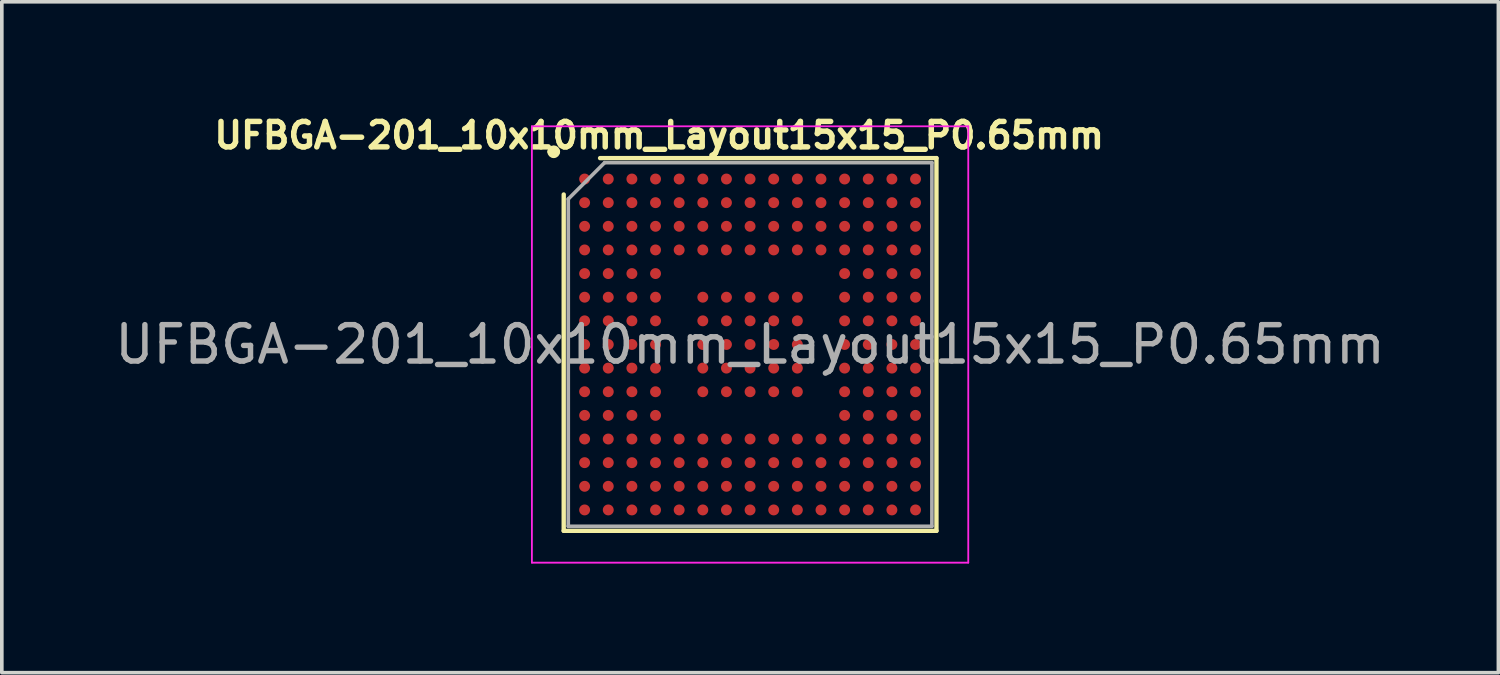
<source format=kicad_pcb>
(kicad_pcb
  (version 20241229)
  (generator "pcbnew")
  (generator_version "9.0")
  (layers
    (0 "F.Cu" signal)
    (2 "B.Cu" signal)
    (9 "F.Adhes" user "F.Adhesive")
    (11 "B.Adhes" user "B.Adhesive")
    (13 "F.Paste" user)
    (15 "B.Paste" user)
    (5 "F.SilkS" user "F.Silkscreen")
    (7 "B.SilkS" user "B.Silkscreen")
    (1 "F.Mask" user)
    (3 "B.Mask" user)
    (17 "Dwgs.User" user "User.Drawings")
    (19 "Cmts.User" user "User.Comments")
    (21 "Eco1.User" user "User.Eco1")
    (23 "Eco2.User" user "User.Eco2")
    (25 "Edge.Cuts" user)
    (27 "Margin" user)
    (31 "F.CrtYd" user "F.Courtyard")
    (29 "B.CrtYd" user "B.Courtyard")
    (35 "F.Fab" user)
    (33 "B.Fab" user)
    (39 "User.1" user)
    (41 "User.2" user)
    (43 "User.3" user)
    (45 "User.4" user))
  (footprint "UFBGA-201_10x10mm_Layout15x15_P0.65mm"
    (layer "F.Cu")
    (at 17.577 6.423)
    (property "Reference" "UFBGA-201_10x10mm_Layout15x15_P0.65mm" (at -2.5 -5.75 0) (layer "F.SilkS") (effects (font (size 0.7 0.7) (thickness 0.15))))
    (attr smd)
    (fp_line (start -5.5 -5.3) (end -5.3 -5.3) (stroke (width 0.15) (type solid)) (layer "F.SilkS"))
    (fp_line (start -5.125 5.125) (end -5.125 -4.125) (stroke (width 0.12) (type solid)) (layer "F.SilkS"))
    (fp_line (start -4.125 -5.125) (end 5.125 -5.125) (stroke (width 0.12) (type solid)) (layer "F.SilkS"))
    (fp_line (start 5.125 -5.125) (end 5.125 5.125) (stroke (width 0.12) (type solid)) (layer "F.SilkS"))
    (fp_line (start 5.125 5.125) (end -5.125 5.125) (stroke (width 0.12) (type solid)) (layer "F.SilkS"))
    (fp_circle (center -5.4 -5.3) (end -5.4 -5.4) (stroke (width 0.15) (type solid)) (fill no) (layer "F.SilkS"))
    (fp_line (start -6 -6) (end -6 6) (stroke (width 0.05) (type solid)) (layer "F.CrtYd"))
    (fp_line (start -6 6) (end 6 6) (stroke (width 0.05) (type solid)) (layer "F.CrtYd"))
    (fp_line (start 6 -6) (end -6 -6) (stroke (width 0.05) (type solid)) (layer "F.CrtYd"))
    (fp_line (start 6 6) (end 6 -6) (stroke (width 0.05) (type solid)) (layer "F.CrtYd"))
    (fp_line (start -5 -4) (end -4 -5) (stroke (width 0.1) (type solid)) (layer "F.Fab"))
    (fp_line (start -5 5) (end -5 -4) (stroke (width 0.1) (type solid)) (layer "F.Fab"))
    (fp_line (start -4 -5) (end 5 -5) (stroke (width 0.1) (type solid)) (layer "F.Fab"))
    (fp_line (start 5 -5) (end 5 5) (stroke (width 0.1) (type solid)) (layer "F.Fab"))
    (fp_line (start 5 5) (end -5 5) (stroke (width 0.1) (type solid)) (layer "F.Fab"))
    (fp_text user "${REFERENCE}" (at 0 0 0) (layer "F.Fab") (effects (font (size 1 1) (thickness 0.15))))
    (pad "A1" smd circle (at -4.55 -4.55) (size 0.3 0.3) (layers "F.Cu" "F.Mask" "F.Paste"))
    (pad "A2" smd circle (at -3.9 -4.55) (size 0.3 0.3) (layers "F.Cu" "F.Mask" "F.Paste"))
    (pad "A3" smd circle (at -3.25 -4.55) (size 0.3 0.3) (layers "F.Cu" "F.Mask" "F.Paste"))
    (pad "A4" smd circle (at -2.6 -4.55) (size 0.3 0.3) (layers "F.Cu" "F.Mask" "F.Paste"))
    (pad "A5" smd circle (at -1.95 -4.55) (size 0.3 0.3) (layers "F.Cu" "F.Mask" "F.Paste"))
    (pad "A6" smd circle (at -1.3 -4.55) (size 0.3 0.3) (layers "F.Cu" "F.Mask" "F.Paste"))
    (pad "A7" smd circle (at -0.65 -4.55) (size 0.3 0.3) (layers "F.Cu" "F.Mask" "F.Paste"))
    (pad "A8" smd circle (at 0 -4.55) (size 0.3 0.3) (layers "F.Cu" "F.Mask" "F.Paste"))
    (pad "A9" smd circle (at 0.65 -4.55) (size 0.3 0.3) (layers "F.Cu" "F.Mask" "F.Paste"))
    (pad "A10" smd circle (at 1.3 -4.55) (size 0.3 0.3) (layers "F.Cu" "F.Mask" "F.Paste"))
    (pad "A11" smd circle (at 1.95 -4.55) (size 0.3 0.3) (layers "F.Cu" "F.Mask" "F.Paste"))
    (pad "A12" smd circle (at 2.6 -4.55) (size 0.3 0.3) (layers "F.Cu" "F.Mask" "F.Paste"))
    (pad "A13" smd circle (at 3.25 -4.55) (size 0.3 0.3) (layers "F.Cu" "F.Mask" "F.Paste"))
    (pad "A14" smd circle (at 3.9 -4.55) (size 0.3 0.3) (layers "F.Cu" "F.Mask" "F.Paste"))
    (pad "A15" smd circle (at 4.55 -4.55) (size 0.3 0.3) (layers "F.Cu" "F.Mask" "F.Paste"))
    (pad "B1" smd circle (at -4.55 -3.9) (size 0.3 0.3) (layers "F.Cu" "F.Mask" "F.Paste"))
    (pad "B2" smd circle (at -3.9 -3.9) (size 0.3 0.3) (layers "F.Cu" "F.Mask" "F.Paste"))
    (pad "B3" smd circle (at -3.25 -3.9) (size 0.3 0.3) (layers "F.Cu" "F.Mask" "F.Paste"))
    (pad "B4" smd circle (at -2.6 -3.9) (size 0.3 0.3) (layers "F.Cu" "F.Mask" "F.Paste"))
    (pad "B5" smd circle (at -1.95 -3.9) (size 0.3 0.3) (layers "F.Cu" "F.Mask" "F.Paste"))
    (pad "B6" smd circle (at -1.3 -3.9) (size 0.3 0.3) (layers "F.Cu" "F.Mask" "F.Paste"))
    (pad "B7" smd circle (at -0.65 -3.9) (size 0.3 0.3) (layers "F.Cu" "F.Mask" "F.Paste"))
    (pad "B8" smd circle (at 0 -3.9) (size 0.3 0.3) (layers "F.Cu" "F.Mask" "F.Paste"))
    (pad "B9" smd circle (at 0.65 -3.9) (size 0.3 0.3) (layers "F.Cu" "F.Mask" "F.Paste"))
    (pad "B10" smd circle (at 1.3 -3.9) (size 0.3 0.3) (layers "F.Cu" "F.Mask" "F.Paste"))
    (pad "B11" smd circle (at 1.95 -3.9) (size 0.3 0.3) (layers "F.Cu" "F.Mask" "F.Paste"))
    (pad "B12" smd circle (at 2.6 -3.9) (size 0.3 0.3) (layers "F.Cu" "F.Mask" "F.Paste"))
    (pad "B13" smd circle (at 3.25 -3.9) (size 0.3 0.3) (layers "F.Cu" "F.Mask" "F.Paste"))
    (pad "B14" smd circle (at 3.9 -3.9) (size 0.3 0.3) (layers "F.Cu" "F.Mask" "F.Paste"))
    (pad "B15" smd circle (at 4.55 -3.9) (size 0.3 0.3) (layers "F.Cu" "F.Mask" "F.Paste"))
    (pad "C1" smd circle (at -4.55 -3.25) (size 0.3 0.3) (layers "F.Cu" "F.Mask" "F.Paste"))
    (pad "C2" smd circle (at -3.9 -3.25) (size 0.3 0.3) (layers "F.Cu" "F.Mask" "F.Paste"))
    (pad "C3" smd circle (at -3.25 -3.25) (size 0.3 0.3) (layers "F.Cu" "F.Mask" "F.Paste"))
    (pad "C4" smd circle (at -2.6 -3.25) (size 0.3 0.3) (layers "F.Cu" "F.Mask" "F.Paste"))
    (pad "C5" smd circle (at -1.95 -3.25) (size 0.3 0.3) (layers "F.Cu" "F.Mask" "F.Paste"))
    (pad "C6" smd circle (at -1.3 -3.25) (size 0.3 0.3) (layers "F.Cu" "F.Mask" "F.Paste"))
    (pad "C7" smd circle (at -0.65 -3.25) (size 0.3 0.3) (layers "F.Cu" "F.Mask" "F.Paste"))
    (pad "C8" smd circle (at 0 -3.25) (size 0.3 0.3) (layers "F.Cu" "F.Mask" "F.Paste"))
    (pad "C9" smd circle (at 0.65 -3.25) (size 0.3 0.3) (layers "F.Cu" "F.Mask" "F.Paste"))
    (pad "C10" smd circle (at 1.3 -3.25) (size 0.3 0.3) (layers "F.Cu" "F.Mask" "F.Paste"))
    (pad "C11" smd circle (at 1.95 -3.25) (size 0.3 0.3) (layers "F.Cu" "F.Mask" "F.Paste"))
    (pad "C12" smd circle (at 2.6 -3.25) (size 0.3 0.3) (layers "F.Cu" "F.Mask" "F.Paste"))
    (pad "C13" smd circle (at 3.25 -3.25) (size 0.3 0.3) (layers "F.Cu" "F.Mask" "F.Paste"))
    (pad "C14" smd circle (at 3.9 -3.25) (size 0.3 0.3) (layers "F.Cu" "F.Mask" "F.Paste"))
    (pad "C15" smd circle (at 4.55 -3.25) (size 0.3 0.3) (layers "F.Cu" "F.Mask" "F.Paste"))
    (pad "D1" smd circle (at -4.55 -2.6) (size 0.3 0.3) (layers "F.Cu" "F.Mask" "F.Paste"))
    (pad "D2" smd circle (at -3.9 -2.6) (size 0.3 0.3) (layers "F.Cu" "F.Mask" "F.Paste"))
    (pad "D3" smd circle (at -3.25 -2.6) (size 0.3 0.3) (layers "F.Cu" "F.Mask" "F.Paste"))
    (pad "D4" smd circle (at -2.6 -2.6) (size 0.3 0.3) (layers "F.Cu" "F.Mask" "F.Paste"))
    (pad "D5" smd circle (at -1.95 -2.6) (size 0.3 0.3) (layers "F.Cu" "F.Mask" "F.Paste"))
    (pad "D6" smd circle (at -1.3 -2.6) (size 0.3 0.3) (layers "F.Cu" "F.Mask" "F.Paste"))
    (pad "D7" smd circle (at -0.65 -2.6) (size 0.3 0.3) (layers "F.Cu" "F.Mask" "F.Paste"))
    (pad "D8" smd circle (at 0 -2.6) (size 0.3 0.3) (layers "F.Cu" "F.Mask" "F.Paste"))
    (pad "D9" smd circle (at 0.65 -2.6) (size 0.3 0.3) (layers "F.Cu" "F.Mask" "F.Paste"))
    (pad "D10" smd circle (at 1.3 -2.6) (size 0.3 0.3) (layers "F.Cu" "F.Mask" "F.Paste"))
    (pad "D11" smd circle (at 1.95 -2.6) (size 0.3 0.3) (layers "F.Cu" "F.Mask" "F.Paste"))
    (pad "D12" smd circle (at 2.6 -2.6) (size 0.3 0.3) (layers "F.Cu" "F.Mask" "F.Paste"))
    (pad "D13" smd circle (at 3.25 -2.6) (size 0.3 0.3) (layers "F.Cu" "F.Mask" "F.Paste"))
    (pad "D14" smd circle (at 3.9 -2.6) (size 0.3 0.3) (layers "F.Cu" "F.Mask" "F.Paste"))
    (pad "D15" smd circle (at 4.55 -2.6) (size 0.3 0.3) (layers "F.Cu" "F.Mask" "F.Paste"))
    (pad "E1" smd circle (at -4.55 -1.95) (size 0.3 0.3) (layers "F.Cu" "F.Mask" "F.Paste"))
    (pad "E2" smd circle (at -3.9 -1.95) (size 0.3 0.3) (layers "F.Cu" "F.Mask" "F.Paste"))
    (pad "E3" smd circle (at -3.25 -1.95) (size 0.3 0.3) (layers "F.Cu" "F.Mask" "F.Paste"))
    (pad "E4" smd circle (at -2.6 -1.95) (size 0.3 0.3) (layers "F.Cu" "F.Mask" "F.Paste"))
    (pad "E12" smd circle (at 2.6 -1.95) (size 0.3 0.3) (layers "F.Cu" "F.Mask" "F.Paste"))
    (pad "E13" smd circle (at 3.25 -1.95) (size 0.3 0.3) (layers "F.Cu" "F.Mask" "F.Paste"))
    (pad "E14" smd circle (at 3.9 -1.95) (size 0.3 0.3) (layers "F.Cu" "F.Mask" "F.Paste"))
    (pad "E15" smd circle (at 4.55 -1.95) (size 0.3 0.3) (layers "F.Cu" "F.Mask" "F.Paste"))
    (pad "F1" smd circle (at -4.55 -1.3) (size 0.3 0.3) (layers "F.Cu" "F.Mask" "F.Paste"))
    (pad "F2" smd circle (at -3.9 -1.3) (size 0.3 0.3) (layers "F.Cu" "F.Mask" "F.Paste"))
    (pad "F3" smd circle (at -3.25 -1.3) (size 0.3 0.3) (layers "F.Cu" "F.Mask" "F.Paste"))
    (pad "F4" smd circle (at -2.6 -1.3) (size 0.3 0.3) (layers "F.Cu" "F.Mask" "F.Paste"))
    (pad "F6" smd circle (at -1.3 -1.3) (size 0.3 0.3) (layers "F.Cu" "F.Mask" "F.Paste"))
    (pad "F7" smd circle (at -0.65 -1.3) (size 0.3 0.3) (layers "F.Cu" "F.Mask" "F.Paste"))
    (pad "F8" smd circle (at 0 -1.3) (size 0.3 0.3) (layers "F.Cu" "F.Mask" "F.Paste"))
    (pad "F9" smd circle (at 0.65 -1.3) (size 0.3 0.3) (layers "F.Cu" "F.Mask" "F.Paste"))
    (pad "F10" smd circle (at 1.3 -1.3) (size 0.3 0.3) (layers "F.Cu" "F.Mask" "F.Paste"))
    (pad "F12" smd circle (at 2.6 -1.3) (size 0.3 0.3) (layers "F.Cu" "F.Mask" "F.Paste"))
    (pad "F13" smd circle (at 3.25 -1.3) (size 0.3 0.3) (layers "F.Cu" "F.Mask" "F.Paste"))
    (pad "F14" smd circle (at 3.9 -1.3) (size 0.3 0.3) (layers "F.Cu" "F.Mask" "F.Paste"))
    (pad "F15" smd circle (at 4.55 -1.3) (size 0.3 0.3) (layers "F.Cu" "F.Mask" "F.Paste"))
    (pad "G1" smd circle (at -4.55 -0.65) (size 0.3 0.3) (layers "F.Cu" "F.Mask" "F.Paste"))
    (pad "G2" smd circle (at -3.9 -0.65) (size 0.3 0.3) (layers "F.Cu" "F.Mask" "F.Paste"))
    (pad "G3" smd circle (at -3.25 -0.65) (size 0.3 0.3) (layers "F.Cu" "F.Mask" "F.Paste"))
    (pad "G4" smd circle (at -2.6 -0.65) (size 0.3 0.3) (layers "F.Cu" "F.Mask" "F.Paste"))
    (pad "G6" smd circle (at -1.3 -0.65) (size 0.3 0.3) (layers "F.Cu" "F.Mask" "F.Paste"))
    (pad "G7" smd circle (at -0.65 -0.65) (size 0.3 0.3) (layers "F.Cu" "F.Mask" "F.Paste"))
    (pad "G8" smd circle (at 0 -0.65) (size 0.3 0.3) (layers "F.Cu" "F.Mask" "F.Paste"))
    (pad "G9" smd circle (at 0.65 -0.65) (size 0.3 0.3) (layers "F.Cu" "F.Mask" "F.Paste"))
    (pad "G10" smd circle (at 1.3 -0.65) (size 0.3 0.3) (layers "F.Cu" "F.Mask" "F.Paste"))
    (pad "G12" smd circle (at 2.6 -0.65) (size 0.3 0.3) (layers "F.Cu" "F.Mask" "F.Paste"))
    (pad "G13" smd circle (at 3.25 -0.65) (size 0.3 0.3) (layers "F.Cu" "F.Mask" "F.Paste"))
    (pad "G14" smd circle (at 3.9 -0.65) (size 0.3 0.3) (layers "F.Cu" "F.Mask" "F.Paste"))
    (pad "G15" smd circle (at 4.55 -0.65) (size 0.3 0.3) (layers "F.Cu" "F.Mask" "F.Paste"))
    (pad "H1" smd circle (at -4.55 0) (size 0.3 0.3) (layers "F.Cu" "F.Mask" "F.Paste"))
    (pad "H2" smd circle (at -3.9 0) (size 0.3 0.3) (layers "F.Cu" "F.Mask" "F.Paste"))
    (pad "H3" smd circle (at -3.25 0) (size 0.3 0.3) (layers "F.Cu" "F.Mask" "F.Paste"))
    (pad "H4" smd circle (at -2.6 0) (size 0.3 0.3) (layers "F.Cu" "F.Mask" "F.Paste"))
    (pad "H6" smd circle (at -1.3 0) (size 0.3 0.3) (layers "F.Cu" "F.Mask" "F.Paste"))
    (pad "H7" smd circle (at -0.65 0) (size 0.3 0.3) (layers "F.Cu" "F.Mask" "F.Paste"))
    (pad "H8" smd circle (at 0 0) (size 0.3 0.3) (layers "F.Cu" "F.Mask" "F.Paste"))
    (pad "H9" smd circle (at 0.65 0) (size 0.3 0.3) (layers "F.Cu" "F.Mask" "F.Paste"))
    (pad "H10" smd circle (at 1.3 0) (size 0.3 0.3) (layers "F.Cu" "F.Mask" "F.Paste"))
    (pad "H12" smd circle (at 2.6 0) (size 0.3 0.3) (layers "F.Cu" "F.Mask" "F.Paste"))
    (pad "H13" smd circle (at 3.25 0) (size 0.3 0.3) (layers "F.Cu" "F.Mask" "F.Paste"))
    (pad "H14" smd circle (at 3.9 0) (size 0.3 0.3) (layers "F.Cu" "F.Mask" "F.Paste"))
    (pad "H15" smd circle (at 4.55 0) (size 0.3 0.3) (layers "F.Cu" "F.Mask" "F.Paste"))
    (pad "J1" smd circle (at -4.55 0.65) (size 0.3 0.3) (layers "F.Cu" "F.Mask" "F.Paste"))
    (pad "J2" smd circle (at -3.9 0.65) (size 0.3 0.3) (layers "F.Cu" "F.Mask" "F.Paste"))
    (pad "J3" smd circle (at -3.25 0.65) (size 0.3 0.3) (layers "F.Cu" "F.Mask" "F.Paste"))
    (pad "J4" smd circle (at -2.6 0.65) (size 0.3 0.3) (layers "F.Cu" "F.Mask" "F.Paste"))
    (pad "J6" smd circle (at -1.3 0.65) (size 0.3 0.3) (layers "F.Cu" "F.Mask" "F.Paste"))
    (pad "J7" smd circle (at -0.65 0.65) (size 0.3 0.3) (layers "F.Cu" "F.Mask" "F.Paste"))
    (pad "J8" smd circle (at 0 0.65) (size 0.3 0.3) (layers "F.Cu" "F.Mask" "F.Paste"))
    (pad "J9" smd circle (at 0.65 0.65) (size 0.3 0.3) (layers "F.Cu" "F.Mask" "F.Paste"))
    (pad "J10" smd circle (at 1.3 0.65) (size 0.3 0.3) (layers "F.Cu" "F.Mask" "F.Paste"))
    (pad "J12" smd circle (at 2.6 0.65) (size 0.3 0.3) (layers "F.Cu" "F.Mask" "F.Paste"))
    (pad "J13" smd circle (at 3.25 0.65) (size 0.3 0.3) (layers "F.Cu" "F.Mask" "F.Paste"))
    (pad "J14" smd circle (at 3.9 0.65) (size 0.3 0.3) (layers "F.Cu" "F.Mask" "F.Paste"))
    (pad "J15" smd circle (at 4.55 0.65) (size 0.3 0.3) (layers "F.Cu" "F.Mask" "F.Paste"))
    (pad "K1" smd circle (at -4.55 1.3) (size 0.3 0.3) (layers "F.Cu" "F.Mask" "F.Paste"))
    (pad "K2" smd circle (at -3.9 1.3) (size 0.3 0.3) (layers "F.Cu" "F.Mask" "F.Paste"))
    (pad "K3" smd circle (at -3.25 1.3) (size 0.3 0.3) (layers "F.Cu" "F.Mask" "F.Paste"))
    (pad "K4" smd circle (at -2.6 1.3) (size 0.3 0.3) (layers "F.Cu" "F.Mask" "F.Paste"))
    (pad "K6" smd circle (at -1.3 1.3) (size 0.3 0.3) (layers "F.Cu" "F.Mask" "F.Paste"))
    (pad "K7" smd circle (at -0.65 1.3) (size 0.3 0.3) (layers "F.Cu" "F.Mask" "F.Paste"))
    (pad "K8" smd circle (at 0 1.3) (size 0.3 0.3) (layers "F.Cu" "F.Mask" "F.Paste"))
    (pad "K9" smd circle (at 0.65 1.3) (size 0.3 0.3) (layers "F.Cu" "F.Mask" "F.Paste"))
    (pad "K10" smd circle (at 1.3 1.3) (size 0.3 0.3) (layers "F.Cu" "F.Mask" "F.Paste"))
    (pad "K12" smd circle (at 2.6 1.3) (size 0.3 0.3) (layers "F.Cu" "F.Mask" "F.Paste"))
    (pad "K13" smd circle (at 3.25 1.3) (size 0.3 0.3) (layers "F.Cu" "F.Mask" "F.Paste"))
    (pad "K14" smd circle (at 3.9 1.3) (size 0.3 0.3) (layers "F.Cu" "F.Mask" "F.Paste"))
    (pad "K15" smd circle (at 4.55 1.3) (size 0.3 0.3) (layers "F.Cu" "F.Mask" "F.Paste"))
    (pad "L1" smd circle (at -4.55 1.95) (size 0.3 0.3) (layers "F.Cu" "F.Mask" "F.Paste"))
    (pad "L2" smd circle (at -3.9 1.95) (size 0.3 0.3) (layers "F.Cu" "F.Mask" "F.Paste"))
    (pad "L3" smd circle (at -3.25 1.95) (size 0.3 0.3) (layers "F.Cu" "F.Mask" "F.Paste"))
    (pad "L4" smd circle (at -2.6 1.95) (size 0.3 0.3) (layers "F.Cu" "F.Mask" "F.Paste"))
    (pad "L12" smd circle (at 2.6 1.95) (size 0.3 0.3) (layers "F.Cu" "F.Mask" "F.Paste"))
    (pad "L13" smd circle (at 3.25 1.95) (size 0.3 0.3) (layers "F.Cu" "F.Mask" "F.Paste"))
    (pad "L14" smd circle (at 3.9 1.95) (size 0.3 0.3) (layers "F.Cu" "F.Mask" "F.Paste"))
    (pad "L15" smd circle (at 4.55 1.95) (size 0.3 0.3) (layers "F.Cu" "F.Mask" "F.Paste"))
    (pad "M1" smd circle (at -4.55 2.6) (size 0.3 0.3) (layers "F.Cu" "F.Mask" "F.Paste"))
    (pad "M2" smd circle (at -3.9 2.6) (size 0.3 0.3) (layers "F.Cu" "F.Mask" "F.Paste"))
    (pad "M3" smd circle (at -3.25 2.6) (size 0.3 0.3) (layers "F.Cu" "F.Mask" "F.Paste"))
    (pad "M4" smd circle (at -2.6 2.6) (size 0.3 0.3) (layers "F.Cu" "F.Mask" "F.Paste"))
    (pad "M5" smd circle (at -1.95 2.6) (size 0.3 0.3) (layers "F.Cu" "F.Mask" "F.Paste"))
    (pad "M6" smd circle (at -1.3 2.6) (size 0.3 0.3) (layers "F.Cu" "F.Mask" "F.Paste"))
    (pad "M7" smd circle (at -0.65 2.6) (size 0.3 0.3) (layers "F.Cu" "F.Mask" "F.Paste"))
    (pad "M8" smd circle (at 0 2.6) (size 0.3 0.3) (layers "F.Cu" "F.Mask" "F.Paste"))
    (pad "M9" smd circle (at 0.65 2.6) (size 0.3 0.3) (layers "F.Cu" "F.Mask" "F.Paste"))
    (pad "M10" smd circle (at 1.3 2.6) (size 0.3 0.3) (layers "F.Cu" "F.Mask" "F.Paste"))
    (pad "M11" smd circle (at 1.95 2.6) (size 0.3 0.3) (layers "F.Cu" "F.Mask" "F.Paste"))
    (pad "M12" smd circle (at 2.6 2.6) (size 0.3 0.3) (layers "F.Cu" "F.Mask" "F.Paste"))
    (pad "M13" smd circle (at 3.25 2.6) (size 0.3 0.3) (layers "F.Cu" "F.Mask" "F.Paste"))
    (pad "M14" smd circle (at 3.9 2.6) (size 0.3 0.3) (layers "F.Cu" "F.Mask" "F.Paste"))
    (pad "M15" smd circle (at 4.55 2.6) (size 0.3 0.3) (layers "F.Cu" "F.Mask" "F.Paste"))
    (pad "N1" smd circle (at -4.55 3.25) (size 0.3 0.3) (layers "F.Cu" "F.Mask" "F.Paste"))
    (pad "N2" smd circle (at -3.9 3.25) (size 0.3 0.3) (layers "F.Cu" "F.Mask" "F.Paste"))
    (pad "N3" smd circle (at -3.25 3.25) (size 0.3 0.3) (layers "F.Cu" "F.Mask" "F.Paste"))
    (pad "N4" smd circle (at -2.6 3.25) (size 0.3 0.3) (layers "F.Cu" "F.Mask" "F.Paste"))
    (pad "N5" smd circle (at -1.95 3.25) (size 0.3 0.3) (layers "F.Cu" "F.Mask" "F.Paste"))
    (pad "N6" smd circle (at -1.3 3.25) (size 0.3 0.3) (layers "F.Cu" "F.Mask" "F.Paste"))
    (pad "N7" smd circle (at -0.65 3.25) (size 0.3 0.3) (layers "F.Cu" "F.Mask" "F.Paste"))
    (pad "N8" smd circle (at 0 3.25) (size 0.3 0.3) (layers "F.Cu" "F.Mask" "F.Paste"))
    (pad "N9" smd circle (at 0.65 3.25) (size 0.3 0.3) (layers "F.Cu" "F.Mask" "F.Paste"))
    (pad "N10" smd circle (at 1.3 3.25) (size 0.3 0.3) (layers "F.Cu" "F.Mask" "F.Paste"))
    (pad "N11" smd circle (at 1.95 3.25) (size 0.3 0.3) (layers "F.Cu" "F.Mask" "F.Paste"))
    (pad "N12" smd circle (at 2.6 3.25) (size 0.3 0.3) (layers "F.Cu" "F.Mask" "F.Paste"))
    (pad "N13" smd circle (at 3.25 3.25) (size 0.3 0.3) (layers "F.Cu" "F.Mask" "F.Paste"))
    (pad "N14" smd circle (at 3.9 3.25) (size 0.3 0.3) (layers "F.Cu" "F.Mask" "F.Paste"))
    (pad "N15" smd circle (at 4.55 3.25) (size 0.3 0.3) (layers "F.Cu" "F.Mask" "F.Paste"))
    (pad "P1" smd circle (at -4.55 3.9) (size 0.3 0.3) (layers "F.Cu" "F.Mask" "F.Paste"))
    (pad "P2" smd circle (at -3.9 3.9) (size 0.3 0.3) (layers "F.Cu" "F.Mask" "F.Paste"))
    (pad "P3" smd circle (at -3.25 3.9) (size 0.3 0.3) (layers "F.Cu" "F.Mask" "F.Paste"))
    (pad "P4" smd circle (at -2.6 3.9) (size 0.3 0.3) (layers "F.Cu" "F.Mask" "F.Paste"))
    (pad "P5" smd circle (at -1.95 3.9) (size 0.3 0.3) (layers "F.Cu" "F.Mask" "F.Paste"))
    (pad "P6" smd circle (at -1.3 3.9) (size 0.3 0.3) (layers "F.Cu" "F.Mask" "F.Paste"))
    (pad "P7" smd circle (at -0.65 3.9) (size 0.3 0.3) (layers "F.Cu" "F.Mask" "F.Paste"))
    (pad "P8" smd circle (at 0 3.9) (size 0.3 0.3) (layers "F.Cu" "F.Mask" "F.Paste"))
    (pad "P9" smd circle (at 0.65 3.9) (size 0.3 0.3) (layers "F.Cu" "F.Mask" "F.Paste"))
    (pad "P10" smd circle (at 1.3 3.9) (size 0.3 0.3) (layers "F.Cu" "F.Mask" "F.Paste"))
    (pad "P11" smd circle (at 1.95 3.9) (size 0.3 0.3) (layers "F.Cu" "F.Mask" "F.Paste"))
    (pad "P12" smd circle (at 2.6 3.9) (size 0.3 0.3) (layers "F.Cu" "F.Mask" "F.Paste"))
    (pad "P13" smd circle (at 3.25 3.9) (size 0.3 0.3) (layers "F.Cu" "F.Mask" "F.Paste"))
    (pad "P14" smd circle (at 3.9 3.9) (size 0.3 0.3) (layers "F.Cu" "F.Mask" "F.Paste"))
    (pad "P15" smd circle (at 4.55 3.9) (size 0.3 0.3) (layers "F.Cu" "F.Mask" "F.Paste"))
    (pad "R1" smd circle (at -4.55 4.55) (size 0.3 0.3) (layers "F.Cu" "F.Mask" "F.Paste"))
    (pad "R2" smd circle (at -3.9 4.55) (size 0.3 0.3) (layers "F.Cu" "F.Mask" "F.Paste"))
    (pad "R3" smd circle (at -3.25 4.55) (size 0.3 0.3) (layers "F.Cu" "F.Mask" "F.Paste"))
    (pad "R4" smd circle (at -2.6 4.55) (size 0.3 0.3) (layers "F.Cu" "F.Mask" "F.Paste"))
    (pad "R5" smd circle (at -1.95 4.55) (size 0.3 0.3) (layers "F.Cu" "F.Mask" "F.Paste"))
    (pad "R6" smd circle (at -1.3 4.55) (size 0.3 0.3) (layers "F.Cu" "F.Mask" "F.Paste"))
    (pad "R7" smd circle (at -0.65 4.55) (size 0.3 0.3) (layers "F.Cu" "F.Mask" "F.Paste"))
    (pad "R8" smd circle (at 0 4.55) (size 0.3 0.3) (layers "F.Cu" "F.Mask" "F.Paste"))
    (pad "R9" smd circle (at 0.65 4.55) (size 0.3 0.3) (layers "F.Cu" "F.Mask" "F.Paste"))
    (pad "R10" smd circle (at 1.3 4.55) (size 0.3 0.3) (layers "F.Cu" "F.Mask" "F.Paste"))
    (pad "R11" smd circle (at 1.95 4.55) (size 0.3 0.3) (layers "F.Cu" "F.Mask" "F.Paste"))
    (pad "R12" smd circle (at 2.6 4.55) (size 0.3 0.3) (layers "F.Cu" "F.Mask" "F.Paste"))
    (pad "R13" smd circle (at 3.25 4.55) (size 0.3 0.3) (layers "F.Cu" "F.Mask" "F.Paste"))
    (pad "R14" smd circle (at 3.9 4.55) (size 0.3 0.3) (layers "F.Cu" "F.Mask" "F.Paste"))
    (pad "R15" smd circle (at 4.55 4.55) (size 0.3 0.3) (layers "F.Cu" "F.Mask" "F.Paste")))
  (gr_rect
    (start -3 -3)
    (end 38.155 15.448)
    (stroke (width 0.1) (type default))
    (fill no)
    (layer "Edge.Cuts")))
</source>
